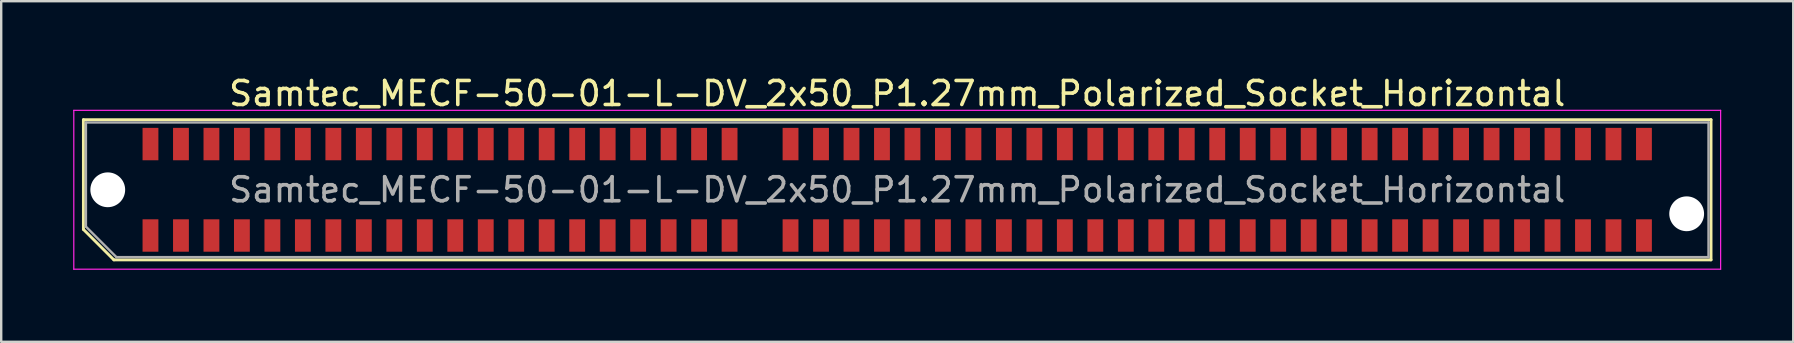
<source format=kicad_pcb>
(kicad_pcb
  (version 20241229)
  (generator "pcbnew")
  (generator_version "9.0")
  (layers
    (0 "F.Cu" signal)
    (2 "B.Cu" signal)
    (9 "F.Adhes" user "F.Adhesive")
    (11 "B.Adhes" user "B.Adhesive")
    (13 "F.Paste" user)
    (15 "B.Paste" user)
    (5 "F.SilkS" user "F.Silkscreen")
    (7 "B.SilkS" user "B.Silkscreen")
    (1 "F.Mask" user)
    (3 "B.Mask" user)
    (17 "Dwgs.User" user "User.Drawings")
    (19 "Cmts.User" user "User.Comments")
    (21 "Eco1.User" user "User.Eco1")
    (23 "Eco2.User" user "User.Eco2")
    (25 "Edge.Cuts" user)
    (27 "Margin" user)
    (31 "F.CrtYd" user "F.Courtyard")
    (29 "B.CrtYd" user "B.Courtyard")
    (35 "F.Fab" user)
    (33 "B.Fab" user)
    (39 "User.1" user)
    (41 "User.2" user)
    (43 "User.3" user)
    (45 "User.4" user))
  (footprint "Samtec_MECF-50-01-L-DV_2x50_P1.27mm_Polarized_Socket_Horizontal"
    (layer "F.Cu")
    (at 34.335 4.858)
    (property "Reference" "Samtec_MECF-50-01-L-DV_2x50_P1.27mm_Polarized_Socket_Horizontal" (at 0 -4.01 0) (layer "F.SilkS") (effects (font (size 1 1) (thickness 0.15))))
    (attr smd)
    (fp_line (start -33.91 -2.92) (end 33.91 -2.92) (stroke (width 0.12) (type solid)) (layer "F.SilkS"))
    (fp_line (start -33.91 1.65) (end -33.91 -2.92) (stroke (width 0.12) (type solid)) (layer "F.SilkS"))
    (fp_line (start -32.64 2.92) (end -33.91 1.65) (stroke (width 0.12) (type solid)) (layer "F.SilkS"))
    (fp_line (start -32.64 2.92) (end 33.91 2.92) (stroke (width 0.12) (type solid)) (layer "F.SilkS"))
    (fp_line (start 33.91 2.92) (end 33.91 -2.92) (stroke (width 0.12) (type solid)) (layer "F.SilkS"))
    (fp_line (start -34.31 -3.31) (end -34.31 3.31) (stroke (width 0.05) (type solid)) (layer "F.CrtYd"))
    (fp_line (start -34.31 3.31) (end 34.31 3.31) (stroke (width 0.05) (type solid)) (layer "F.CrtYd"))
    (fp_line (start 34.31 -3.31) (end -34.31 -3.31) (stroke (width 0.05) (type solid)) (layer "F.CrtYd"))
    (fp_line (start 34.31 3.31) (end 34.31 -3.31) (stroke (width 0.05) (type solid)) (layer "F.CrtYd"))
    (fp_line (start -33.805 -2.805) (end 33.805 -2.805) (stroke (width 0.1) (type solid)) (layer "F.Fab"))
    (fp_line (start -33.805 1.535) (end -33.805 -2.805) (stroke (width 0.1) (type solid)) (layer "F.Fab"))
    (fp_line (start -33.805 1.535) (end -32.535 2.805) (stroke (width 0.1) (type solid)) (layer "F.Fab"))
    (fp_line (start -32.535 2.805) (end 33.805 2.805) (stroke (width 0.1) (type solid)) (layer "F.Fab"))
    (fp_line (start 33.805 2.805) (end 33.805 -2.805) (stroke (width 0.1) (type solid)) (layer "F.Fab"))
    (fp_text user "${REFERENCE}" (at 0 0 0) (layer "F.Fab") (effects (font (size 1 1) (thickness 0.15))))
    (pad "" np_thru_hole circle (at -32.895 0) (size 1.45 1.45) (drill 1.45) (layers "*.Cu" "*.Mask"))
    (pad "" np_thru_hole circle (at 32.895 1) (size 1.45 1.45) (drill 1.45) (layers "*.Cu" "*.Mask"))
    (pad "1" smd rect (at -31.115 1.905) (size 0.66 1.35) (layers "F.Cu" "F.Mask" "F.Paste"))
    (pad "2" smd rect (at -31.115 -1.905) (size 0.66 1.35) (layers "F.Cu" "F.Mask" "F.Paste"))
    (pad "3" smd rect (at -29.845 1.905) (size 0.66 1.35) (layers "F.Cu" "F.Mask" "F.Paste"))
    (pad "4" smd rect (at -29.845 -1.905) (size 0.66 1.35) (layers "F.Cu" "F.Mask" "F.Paste"))
    (pad "5" smd rect (at -28.575 1.905) (size 0.66 1.35) (layers "F.Cu" "F.Mask" "F.Paste"))
    (pad "6" smd rect (at -28.575 -1.905) (size 0.66 1.35) (layers "F.Cu" "F.Mask" "F.Paste"))
    (pad "7" smd rect (at -27.305 1.905) (size 0.66 1.35) (layers "F.Cu" "F.Mask" "F.Paste"))
    (pad "8" smd rect (at -27.305 -1.905) (size 0.66 1.35) (layers "F.Cu" "F.Mask" "F.Paste"))
    (pad "9" smd rect (at -26.035 1.905) (size 0.66 1.35) (layers "F.Cu" "F.Mask" "F.Paste"))
    (pad "10" smd rect (at -26.035 -1.905) (size 0.66 1.35) (layers "F.Cu" "F.Mask" "F.Paste"))
    (pad "11" smd rect (at -24.765 1.905) (size 0.66 1.35) (layers "F.Cu" "F.Mask" "F.Paste"))
    (pad "12" smd rect (at -24.765 -1.905) (size 0.66 1.35) (layers "F.Cu" "F.Mask" "F.Paste"))
    (pad "13" smd rect (at -23.495 1.905) (size 0.66 1.35) (layers "F.Cu" "F.Mask" "F.Paste"))
    (pad "14" smd rect (at -23.495 -1.905) (size 0.66 1.35) (layers "F.Cu" "F.Mask" "F.Paste"))
    (pad "15" smd rect (at -22.225 1.905) (size 0.66 1.35) (layers "F.Cu" "F.Mask" "F.Paste"))
    (pad "16" smd rect (at -22.225 -1.905) (size 0.66 1.35) (layers "F.Cu" "F.Mask" "F.Paste"))
    (pad "17" smd rect (at -20.955 1.905) (size 0.66 1.35) (layers "F.Cu" "F.Mask" "F.Paste"))
    (pad "18" smd rect (at -20.955 -1.905) (size 0.66 1.35) (layers "F.Cu" "F.Mask" "F.Paste"))
    (pad "19" smd rect (at -19.685 1.905) (size 0.66 1.35) (layers "F.Cu" "F.Mask" "F.Paste"))
    (pad "20" smd rect (at -19.685 -1.905) (size 0.66 1.35) (layers "F.Cu" "F.Mask" "F.Paste"))
    (pad "21" smd rect (at -18.415 1.905) (size 0.66 1.35) (layers "F.Cu" "F.Mask" "F.Paste"))
    (pad "22" smd rect (at -18.415 -1.905) (size 0.66 1.35) (layers "F.Cu" "F.Mask" "F.Paste"))
    (pad "23" smd rect (at -17.145 1.905) (size 0.66 1.35) (layers "F.Cu" "F.Mask" "F.Paste"))
    (pad "24" smd rect (at -17.145 -1.905) (size 0.66 1.35) (layers "F.Cu" "F.Mask" "F.Paste"))
    (pad "25" smd rect (at -15.875 1.905) (size 0.66 1.35) (layers "F.Cu" "F.Mask" "F.Paste"))
    (pad "26" smd rect (at -15.875 -1.905) (size 0.66 1.35) (layers "F.Cu" "F.Mask" "F.Paste"))
    (pad "27" smd rect (at -14.605 1.905) (size 0.66 1.35) (layers "F.Cu" "F.Mask" "F.Paste"))
    (pad "28" smd rect (at -14.605 -1.905) (size 0.66 1.35) (layers "F.Cu" "F.Mask" "F.Paste"))
    (pad "29" smd rect (at -13.335 1.905) (size 0.66 1.35) (layers "F.Cu" "F.Mask" "F.Paste"))
    (pad "30" smd rect (at -13.335 -1.905) (size 0.66 1.35) (layers "F.Cu" "F.Mask" "F.Paste"))
    (pad "31" smd rect (at -12.065 1.905) (size 0.66 1.35) (layers "F.Cu" "F.Mask" "F.Paste"))
    (pad "32" smd rect (at -12.065 -1.905) (size 0.66 1.35) (layers "F.Cu" "F.Mask" "F.Paste"))
    (pad "33" smd rect (at -10.795 1.905) (size 0.66 1.35) (layers "F.Cu" "F.Mask" "F.Paste"))
    (pad "34" smd rect (at -10.795 -1.905) (size 0.66 1.35) (layers "F.Cu" "F.Mask" "F.Paste"))
    (pad "35" smd rect (at -9.525 1.905) (size 0.66 1.35) (layers "F.Cu" "F.Mask" "F.Paste"))
    (pad "36" smd rect (at -9.525 -1.905) (size 0.66 1.35) (layers "F.Cu" "F.Mask" "F.Paste"))
    (pad "37" smd rect (at -8.255 1.905) (size 0.66 1.35) (layers "F.Cu" "F.Mask" "F.Paste"))
    (pad "38" smd rect (at -8.255 -1.905) (size 0.66 1.35) (layers "F.Cu" "F.Mask" "F.Paste"))
    (pad "39" smd rect (at -6.985 1.905) (size 0.66 1.35) (layers "F.Cu" "F.Mask" "F.Paste"))
    (pad "40" smd rect (at -6.985 -1.905) (size 0.66 1.35) (layers "F.Cu" "F.Mask" "F.Paste"))
    (pad "43" smd rect (at -4.445 1.905) (size 0.66 1.35) (layers "F.Cu" "F.Mask" "F.Paste"))
    (pad "44" smd rect (at -4.445 -1.905) (size 0.66 1.35) (layers "F.Cu" "F.Mask" "F.Paste"))
    (pad "45" smd rect (at -3.175 1.905) (size 0.66 1.35) (layers "F.Cu" "F.Mask" "F.Paste"))
    (pad "46" smd rect (at -3.175 -1.905) (size 0.66 1.35) (layers "F.Cu" "F.Mask" "F.Paste"))
    (pad "47" smd rect (at -1.905 1.905) (size 0.66 1.35) (layers "F.Cu" "F.Mask" "F.Paste"))
    (pad "48" smd rect (at -1.905 -1.905) (size 0.66 1.35) (layers "F.Cu" "F.Mask" "F.Paste"))
    (pad "49" smd rect (at -0.635 1.905) (size 0.66 1.35) (layers "F.Cu" "F.Mask" "F.Paste"))
    (pad "50" smd rect (at -0.635 -1.905) (size 0.66 1.35) (layers "F.Cu" "F.Mask" "F.Paste"))
    (pad "51" smd rect (at 0.635 1.905) (size 0.66 1.35) (layers "F.Cu" "F.Mask" "F.Paste"))
    (pad "52" smd rect (at 0.635 -1.905) (size 0.66 1.35) (layers "F.Cu" "F.Mask" "F.Paste"))
    (pad "53" smd rect (at 1.905 1.905) (size 0.66 1.35) (layers "F.Cu" "F.Mask" "F.Paste"))
    (pad "54" smd rect (at 1.905 -1.905) (size 0.66 1.35) (layers "F.Cu" "F.Mask" "F.Paste"))
    (pad "55" smd rect (at 3.175 1.905) (size 0.66 1.35) (layers "F.Cu" "F.Mask" "F.Paste"))
    (pad "56" smd rect (at 3.175 -1.905) (size 0.66 1.35) (layers "F.Cu" "F.Mask" "F.Paste"))
    (pad "57" smd rect (at 4.445 1.905) (size 0.66 1.35) (layers "F.Cu" "F.Mask" "F.Paste"))
    (pad "58" smd rect (at 4.445 -1.905) (size 0.66 1.35) (layers "F.Cu" "F.Mask" "F.Paste"))
    (pad "59" smd rect (at 5.715 1.905) (size 0.66 1.35) (layers "F.Cu" "F.Mask" "F.Paste"))
    (pad "60" smd rect (at 5.715 -1.905) (size 0.66 1.35) (layers "F.Cu" "F.Mask" "F.Paste"))
    (pad "61" smd rect (at 6.985 1.905) (size 0.66 1.35) (layers "F.Cu" "F.Mask" "F.Paste"))
    (pad "62" smd rect (at 6.985 -1.905) (size 0.66 1.35) (layers "F.Cu" "F.Mask" "F.Paste"))
    (pad "63" smd rect (at 8.255 1.905) (size 0.66 1.35) (layers "F.Cu" "F.Mask" "F.Paste"))
    (pad "64" smd rect (at 8.255 -1.905) (size 0.66 1.35) (layers "F.Cu" "F.Mask" "F.Paste"))
    (pad "65" smd rect (at 9.525 1.905) (size 0.66 1.35) (layers "F.Cu" "F.Mask" "F.Paste"))
    (pad "66" smd rect (at 9.525 -1.905) (size 0.66 1.35) (layers "F.Cu" "F.Mask" "F.Paste"))
    (pad "67" smd rect (at 10.795 1.905) (size 0.66 1.35) (layers "F.Cu" "F.Mask" "F.Paste"))
    (pad "68" smd rect (at 10.795 -1.905) (size 0.66 1.35) (layers "F.Cu" "F.Mask" "F.Paste"))
    (pad "69" smd rect (at 12.065 1.905) (size 0.66 1.35) (layers "F.Cu" "F.Mask" "F.Paste"))
    (pad "70" smd rect (at 12.065 -1.905) (size 0.66 1.35) (layers "F.Cu" "F.Mask" "F.Paste"))
    (pad "71" smd rect (at 13.335 1.905) (size 0.66 1.35) (layers "F.Cu" "F.Mask" "F.Paste"))
    (pad "72" smd rect (at 13.335 -1.905) (size 0.66 1.35) (layers "F.Cu" "F.Mask" "F.Paste"))
    (pad "73" smd rect (at 14.605 1.905) (size 0.66 1.35) (layers "F.Cu" "F.Mask" "F.Paste"))
    (pad "74" smd rect (at 14.605 -1.905) (size 0.66 1.35) (layers "F.Cu" "F.Mask" "F.Paste"))
    (pad "75" smd rect (at 15.875 1.905) (size 0.66 1.35) (layers "F.Cu" "F.Mask" "F.Paste"))
    (pad "76" smd rect (at 15.875 -1.905) (size 0.66 1.35) (layers "F.Cu" "F.Mask" "F.Paste"))
    (pad "77" smd rect (at 17.145 1.905) (size 0.66 1.35) (layers "F.Cu" "F.Mask" "F.Paste"))
    (pad "78" smd rect (at 17.145 -1.905) (size 0.66 1.35) (layers "F.Cu" "F.Mask" "F.Paste"))
    (pad "79" smd rect (at 18.415 1.905) (size 0.66 1.35) (layers "F.Cu" "F.Mask" "F.Paste"))
    (pad "80" smd rect (at 18.415 -1.905) (size 0.66 1.35) (layers "F.Cu" "F.Mask" "F.Paste"))
    (pad "81" smd rect (at 19.685 1.905) (size 0.66 1.35) (layers "F.Cu" "F.Mask" "F.Paste"))
    (pad "82" smd rect (at 19.685 -1.905) (size 0.66 1.35) (layers "F.Cu" "F.Mask" "F.Paste"))
    (pad "83" smd rect (at 20.955 1.905) (size 0.66 1.35) (layers "F.Cu" "F.Mask" "F.Paste"))
    (pad "84" smd rect (at 20.955 -1.905) (size 0.66 1.35) (layers "F.Cu" "F.Mask" "F.Paste"))
    (pad "85" smd rect (at 22.225 1.905) (size 0.66 1.35) (layers "F.Cu" "F.Mask" "F.Paste"))
    (pad "86" smd rect (at 22.225 -1.905) (size 0.66 1.35) (layers "F.Cu" "F.Mask" "F.Paste"))
    (pad "87" smd rect (at 23.495 1.905) (size 0.66 1.35) (layers "F.Cu" "F.Mask" "F.Paste"))
    (pad "88" smd rect (at 23.495 -1.905) (size 0.66 1.35) (layers "F.Cu" "F.Mask" "F.Paste"))
    (pad "89" smd rect (at 24.765 1.905) (size 0.66 1.35) (layers "F.Cu" "F.Mask" "F.Paste"))
    (pad "90" smd rect (at 24.765 -1.905) (size 0.66 1.35) (layers "F.Cu" "F.Mask" "F.Paste"))
    (pad "91" smd rect (at 26.035 1.905) (size 0.66 1.35) (layers "F.Cu" "F.Mask" "F.Paste"))
    (pad "92" smd rect (at 26.035 -1.905) (size 0.66 1.35) (layers "F.Cu" "F.Mask" "F.Paste"))
    (pad "93" smd rect (at 27.305 1.905) (size 0.66 1.35) (layers "F.Cu" "F.Mask" "F.Paste"))
    (pad "94" smd rect (at 27.305 -1.905) (size 0.66 1.35) (layers "F.Cu" "F.Mask" "F.Paste"))
    (pad "95" smd rect (at 28.575 1.905) (size 0.66 1.35) (layers "F.Cu" "F.Mask" "F.Paste"))
    (pad "96" smd rect (at 28.575 -1.905) (size 0.66 1.35) (layers "F.Cu" "F.Mask" "F.Paste"))
    (pad "97" smd rect (at 29.845 1.905) (size 0.66 1.35) (layers "F.Cu" "F.Mask" "F.Paste"))
    (pad "98" smd rect (at 29.845 -1.905) (size 0.66 1.35) (layers "F.Cu" "F.Mask" "F.Paste"))
    (pad "99" smd rect (at 31.115 1.905) (size 0.66 1.35) (layers "F.Cu" "F.Mask" "F.Paste"))
    (pad "100" smd rect (at 31.115 -1.905) (size 0.66 1.35) (layers "F.Cu" "F.Mask" "F.Paste")))
  (gr_rect
    (start -3 -3)
    (end 71.67 11.193)
    (stroke (width 0.1) (type default))
    (fill no)
    (layer "Edge.Cuts")))
</source>
